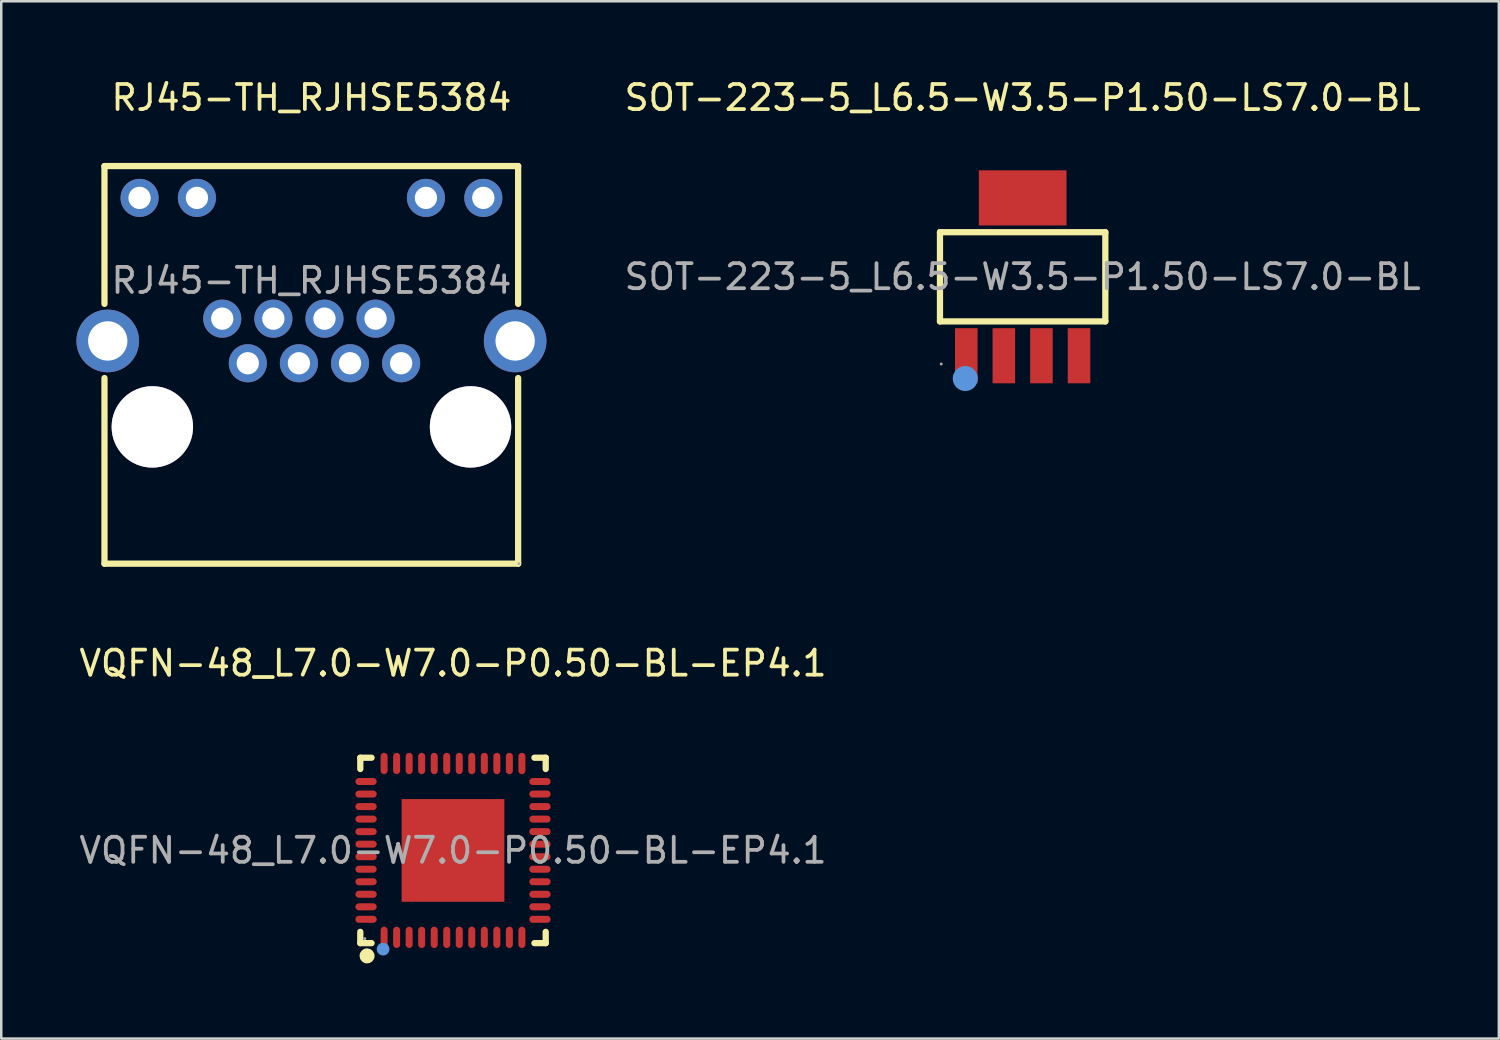
<source format=kicad_pcb>
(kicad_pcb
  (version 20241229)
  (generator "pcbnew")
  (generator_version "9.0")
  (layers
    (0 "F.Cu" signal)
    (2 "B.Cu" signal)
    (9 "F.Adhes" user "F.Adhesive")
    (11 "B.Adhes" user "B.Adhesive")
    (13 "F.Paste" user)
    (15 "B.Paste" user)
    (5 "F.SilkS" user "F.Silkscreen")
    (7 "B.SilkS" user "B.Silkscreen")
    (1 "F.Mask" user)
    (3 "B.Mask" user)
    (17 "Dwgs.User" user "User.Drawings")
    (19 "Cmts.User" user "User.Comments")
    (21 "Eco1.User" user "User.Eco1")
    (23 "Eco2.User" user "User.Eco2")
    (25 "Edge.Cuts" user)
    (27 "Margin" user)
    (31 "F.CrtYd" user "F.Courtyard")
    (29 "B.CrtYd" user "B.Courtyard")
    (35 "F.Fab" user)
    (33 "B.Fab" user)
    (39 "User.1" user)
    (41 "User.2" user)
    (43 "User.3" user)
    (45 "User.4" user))
  (footprint "SOT-223-5_L6.5-W3.5-P1.50-LS7.0-BL"
    (layer "F.Cu")
    (at 37.766 7.998)
    (property "Reference" "SOT-223-5_L6.5-W3.5-P1.50-LS7.0-BL" (at 0 -7.15 0) (layer "F.SilkS") (effects (font (size 1 1) (thickness 0.15))))
    (attr smd)
    (fp_line (start -3.3 -1.78) (end 3.3 -1.78) (stroke (width 0.25) (type solid)) (layer "F.SilkS"))
    (fp_line (start -3.3 1.78) (end -3.3 -1.78) (stroke (width 0.25) (type solid)) (layer "F.SilkS"))
    (fp_line (start 3.3 -1.78) (end 3.3 1.78) (stroke (width 0.25) (type solid)) (layer "F.SilkS"))
    (fp_line (start 3.3 1.78) (end -3.3 1.78) (stroke (width 0.25) (type solid)) (layer "F.SilkS"))
    (fp_circle (center -2.29 4.06) (end -2.04 4.06) (stroke (width 0.5) (type solid)) (fill no) (layer "Cmts.User"))
    (fp_circle (center -3.25 3.48) (end -3.22 3.48) (stroke (width 0.06) (type solid)) (fill no) (layer "F.Fab"))
    (fp_text user "${REFERENCE}" (at 0 0 0) (layer "F.Fab") (effects (font (size 1 1) (thickness 0.15))))
    (pad "1" smd rect (at -2.25 3.15 180) (size 0.9 2.2) (layers "F.Cu" "F.Mask" "F.Paste"))
    (pad "2" smd rect (at -0.75 3.15 180) (size 0.9 2.2) (layers "F.Cu" "F.Mask" "F.Paste"))
    (pad "3" smd rect (at 0.75 3.15 180) (size 0.9 2.2) (layers "F.Cu" "F.Mask" "F.Paste"))
    (pad "4" smd rect (at 2.25 3.15 180) (size 0.9 2.2) (layers "F.Cu" "F.Mask" "F.Paste"))
    (pad "5" smd rect (at 0 -3.15 180) (size 3.5 2.2) (layers "F.Cu" "F.Mask" "F.Paste")))
  (footprint "RJ45-TH_RJHSE5384"
    (layer "F.Cu")
    (at 9.38 8.148)
    (property "Reference" "RJ45-TH_RJHSE5384" (at 0 -7.3 0) (layer "F.SilkS") (effects (font (size 1 1) (thickness 0.15))))
    (attr through_hole)
    (fp_line (start -8.26 0.93) (end -8.26 -4.57) (stroke (width 0.25) (type solid)) (layer "F.SilkS"))
    (fp_line (start -8.26 11.3) (end -8.26 3.89) (stroke (width 0.25) (type solid)) (layer "F.SilkS"))
    (fp_line (start 8.25 -4.57) (end -8.26 -4.57) (stroke (width 0.25) (type solid)) (layer "F.SilkS"))
    (fp_line (start 8.25 0.93) (end 8.25 -4.57) (stroke (width 0.25) (type solid)) (layer "F.SilkS"))
    (fp_line (start 8.25 11.3) (end -8.26 11.3) (stroke (width 0.25) (type solid)) (layer "F.SilkS"))
    (fp_line (start 8.25 11.3) (end 8.25 3.89) (stroke (width 0.25) (type solid)) (layer "F.SilkS"))
    (fp_circle (center -6.35 5.84) (end -5.6 5.84) (stroke (width 1.5) (type solid)) (fill no) (layer "Cmts.User"))
    (fp_circle (center 6.35 5.84) (end 7.1 5.84) (stroke (width 1.5) (type solid)) (fill no) (layer "Cmts.User"))
    (fp_circle (center 8.28 11.3) (end 8.31 11.3) (stroke (width 0.06) (type solid)) (fill no) (layer "F.Fab"))
    (fp_text user "${REFERENCE}" (at 0 0 0) (layer "F.Fab") (effects (font (size 1 1) (thickness 0.15))))
    (pad "" thru_hole circle (at -6.35 5.84) (size 3.25 3.25) (drill 3.25) (layers "*.Cu" "*.Mask"))
    (pad "" thru_hole circle (at 6.35 5.84) (size 3.25 3.25) (drill 3.25) (layers "*.Cu" "*.Mask"))
    (pad "1" thru_hole circle (at 3.58 3.3) (size 1.52 1.52) (drill 0.89) (layers "*.Cu" "*.Mask"))
    (pad "2" thru_hole circle (at 2.56 1.52) (size 1.52 1.52) (drill 0.89) (layers "*.Cu" "*.Mask"))
    (pad "3" thru_hole circle (at 1.54 3.3) (size 1.52 1.52) (drill 0.89) (layers "*.Cu" "*.Mask"))
    (pad "4" thru_hole circle (at 0.52 1.52) (size 1.52 1.52) (drill 0.89) (layers "*.Cu" "*.Mask"))
    (pad "5" thru_hole circle (at -0.5 3.3) (size 1.52 1.52) (drill 0.89) (layers "*.Cu" "*.Mask"))
    (pad "6" thru_hole circle (at -1.52 1.52) (size 1.52 1.52) (drill 0.89) (layers "*.Cu" "*.Mask"))
    (pad "7" thru_hole circle (at -2.54 3.3) (size 1.52 1.52) (drill 0.89) (layers "*.Cu" "*.Mask"))
    (pad "8" thru_hole circle (at -3.56 1.52) (size 1.52 1.52) (drill 0.89) (layers "*.Cu" "*.Mask"))
    (pad "9" thru_hole circle (at 6.86 -3.3) (size 1.52 1.52) (drill 0.89) (layers "*.Cu" "*.Mask"))
    (pad "10" thru_hole circle (at 4.57 -3.3) (size 1.52 1.52) (drill 0.89) (layers "*.Cu" "*.Mask"))
    (pad "11" thru_hole circle (at -4.57 -3.3) (size 1.52 1.52) (drill 0.89) (layers "*.Cu" "*.Mask"))
    (pad "12" thru_hole circle (at -6.86 -3.3) (size 1.52 1.52) (drill 0.89) (layers "*.Cu" "*.Mask"))
    (pad "13" thru_hole circle (at -8.13 2.41) (size 2.5 2.5) (drill 1.57) (layers "*.Cu" "*.Mask"))
    (pad "14" thru_hole circle (at 8.13 2.41) (size 2.5 2.5) (drill 1.57) (layers "*.Cu" "*.Mask")))
  (footprint "VQFN-48_L7.0-W7.0-P0.50-BL-EP4.1"
    (layer "F.Cu")
    (at 15.03 30.892)
    (property "Reference" "VQFN-48_L7.0-W7.0-P0.50-BL-EP4.1" (at 0 -7.47 0) (layer "F.SilkS") (effects (font (size 1 1) (thickness 0.15))))
    (attr smd)
    (fp_line (start -3.7 -3.7) (end -3.25 -3.7) (stroke (width 0.25) (type solid)) (layer "F.SilkS"))
    (fp_line (start -3.7 -3.25) (end -3.7 -3.7) (stroke (width 0.25) (type solid)) (layer "F.SilkS"))
    (fp_line (start -3.7 3.7) (end -3.7 3.25) (stroke (width 0.25) (type solid)) (layer "F.SilkS"))
    (fp_line (start -3.25 3.7) (end -3.7 3.7) (stroke (width 0.25) (type solid)) (layer "F.SilkS"))
    (fp_line (start 3.25 3.7) (end 3.7 3.7) (stroke (width 0.25) (type solid)) (layer "F.SilkS"))
    (fp_line (start 3.7 -3.7) (end 3.25 -3.7) (stroke (width 0.25) (type solid)) (layer "F.SilkS"))
    (fp_line (start 3.7 -3.25) (end 3.7 -3.7) (stroke (width 0.25) (type solid)) (layer "F.SilkS"))
    (fp_line (start 3.7 3.7) (end 3.7 3.25) (stroke (width 0.25) (type solid)) (layer "F.SilkS"))
    (fp_arc (start -3.42 4.06) (mid -3.434995 4.36025) (end -3.430016 4.059667) (stroke (width 0.3) (type solid)) (layer "F.SilkS"))
    (fp_circle (center -2.79 3.94) (end -2.66 3.94) (stroke (width 0.25) (type solid)) (fill no) (layer "Cmts.User"))
    (fp_circle (center -3.52 3.52) (end -3.49 3.52) (stroke (width 0.06) (type solid)) (fill no) (layer "F.Fab"))
    (fp_text user "${REFERENCE}" (at 0 0 0) (layer "F.Fab") (effects (font (size 1 1) (thickness 0.15))))
    (pad "1" smd oval (at -2.75 3.47) (size 0.28 0.85) (layers "F.Cu" "F.Mask" "F.Paste"))
    (pad "2" smd oval (at -2.25 3.47) (size 0.28 0.85) (layers "F.Cu" "F.Mask" "F.Paste"))
    (pad "3" smd oval (at -1.75 3.47) (size 0.28 0.85) (layers "F.Cu" "F.Mask" "F.Paste"))
    (pad "4" smd oval (at -1.25 3.47) (size 0.28 0.85) (layers "F.Cu" "F.Mask" "F.Paste"))
    (pad "5" smd oval (at -0.75 3.47) (size 0.28 0.85) (layers "F.Cu" "F.Mask" "F.Paste"))
    (pad "6" smd oval (at -0.25 3.47) (size 0.28 0.85) (layers "F.Cu" "F.Mask" "F.Paste"))
    (pad "7" smd oval (at 0.25 3.47) (size 0.28 0.85) (layers "F.Cu" "F.Mask" "F.Paste"))
    (pad "8" smd oval (at 0.75 3.47) (size 0.28 0.85) (layers "F.Cu" "F.Mask" "F.Paste"))
    (pad "9" smd oval (at 1.25 3.47) (size 0.28 0.85) (layers "F.Cu" "F.Mask" "F.Paste"))
    (pad "10" smd oval (at 1.75 3.47) (size 0.28 0.85) (layers "F.Cu" "F.Mask" "F.Paste"))
    (pad "11" smd oval (at 2.25 3.47) (size 0.28 0.85) (layers "F.Cu" "F.Mask" "F.Paste"))
    (pad "12" smd oval (at 2.75 3.47) (size 0.28 0.85) (layers "F.Cu" "F.Mask" "F.Paste"))
    (pad "13" smd oval (at 3.47 2.75) (size 0.85 0.28) (layers "F.Cu" "F.Mask" "F.Paste"))
    (pad "14" smd oval (at 3.47 2.25) (size 0.85 0.28) (layers "F.Cu" "F.Mask" "F.Paste"))
    (pad "15" smd oval (at 3.47 1.75) (size 0.85 0.28) (layers "F.Cu" "F.Mask" "F.Paste"))
    (pad "16" smd oval (at 3.47 1.25) (size 0.85 0.28) (layers "F.Cu" "F.Mask" "F.Paste"))
    (pad "17" smd oval (at 3.47 0.75) (size 0.85 0.28) (layers "F.Cu" "F.Mask" "F.Paste"))
    (pad "18" smd oval (at 3.47 0.25) (size 0.85 0.28) (layers "F.Cu" "F.Mask" "F.Paste"))
    (pad "19" smd oval (at 3.47 -0.25) (size 0.85 0.28) (layers "F.Cu" "F.Mask" "F.Paste"))
    (pad "20" smd oval (at 3.47 -0.75) (size 0.85 0.28) (layers "F.Cu" "F.Mask" "F.Paste"))
    (pad "21" smd oval (at 3.47 -1.25) (size 0.85 0.28) (layers "F.Cu" "F.Mask" "F.Paste"))
    (pad "22" smd oval (at 3.47 -1.75) (size 0.85 0.28) (layers "F.Cu" "F.Mask" "F.Paste"))
    (pad "23" smd oval (at 3.47 -2.25) (size 0.85 0.28) (layers "F.Cu" "F.Mask" "F.Paste"))
    (pad "24" smd oval (at 3.47 -2.75) (size 0.85 0.28) (layers "F.Cu" "F.Mask" "F.Paste"))
    (pad "25" smd oval (at 2.75 -3.47) (size 0.28 0.85) (layers "F.Cu" "F.Mask" "F.Paste"))
    (pad "26" smd oval (at 2.25 -3.47) (size 0.28 0.85) (layers "F.Cu" "F.Mask" "F.Paste"))
    (pad "27" smd oval (at 1.75 -3.47) (size 0.28 0.85) (layers "F.Cu" "F.Mask" "F.Paste"))
    (pad "28" smd oval (at 1.25 -3.47) (size 0.28 0.85) (layers "F.Cu" "F.Mask" "F.Paste"))
    (pad "29" smd oval (at 0.75 -3.47) (size 0.28 0.85) (layers "F.Cu" "F.Mask" "F.Paste"))
    (pad "30" smd oval (at 0.25 -3.47) (size 0.28 0.85) (layers "F.Cu" "F.Mask" "F.Paste"))
    (pad "31" smd oval (at -0.25 -3.47) (size 0.28 0.85) (layers "F.Cu" "F.Mask" "F.Paste"))
    (pad "32" smd oval (at -0.75 -3.47) (size 0.28 0.85) (layers "F.Cu" "F.Mask" "F.Paste"))
    (pad "33" smd oval (at -1.25 -3.47) (size 0.28 0.85) (layers "F.Cu" "F.Mask" "F.Paste"))
    (pad "34" smd oval (at -1.75 -3.47) (size 0.28 0.85) (layers "F.Cu" "F.Mask" "F.Paste"))
    (pad "35" smd oval (at -2.25 -3.47) (size 0.28 0.85) (layers "F.Cu" "F.Mask" "F.Paste"))
    (pad "36" smd oval (at -2.75 -3.47) (size 0.28 0.85) (layers "F.Cu" "F.Mask" "F.Paste"))
    (pad "37" smd oval (at -3.47 -2.75) (size 0.85 0.28) (layers "F.Cu" "F.Mask" "F.Paste"))
    (pad "38" smd oval (at -3.47 -2.25) (size 0.85 0.28) (layers "F.Cu" "F.Mask" "F.Paste"))
    (pad "39" smd oval (at -3.47 -1.75) (size 0.85 0.28) (layers "F.Cu" "F.Mask" "F.Paste"))
    (pad "40" smd oval (at -3.47 -1.25) (size 0.85 0.28) (layers "F.Cu" "F.Mask" "F.Paste"))
    (pad "41" smd oval (at -3.47 -0.75) (size 0.85 0.28) (layers "F.Cu" "F.Mask" "F.Paste"))
    (pad "42" smd oval (at -3.47 -0.25) (size 0.85 0.28) (layers "F.Cu" "F.Mask" "F.Paste"))
    (pad "43" smd oval (at -3.47 0.25) (size 0.85 0.28) (layers "F.Cu" "F.Mask" "F.Paste"))
    (pad "44" smd oval (at -3.47 0.75) (size 0.85 0.28) (layers "F.Cu" "F.Mask" "F.Paste"))
    (pad "45" smd oval (at -3.47 1.25) (size 0.85 0.28) (layers "F.Cu" "F.Mask" "F.Paste"))
    (pad "46" smd oval (at -3.47 1.75) (size 0.85 0.28) (layers "F.Cu" "F.Mask" "F.Paste"))
    (pad "47" smd oval (at -3.47 2.25) (size 0.85 0.28) (layers "F.Cu" "F.Mask" "F.Paste"))
    (pad "48" smd oval (at -3.47 2.75) (size 0.85 0.28) (layers "F.Cu" "F.Mask" "F.Paste"))
    (pad "49" smd rect (at 0 0) (size 4.1 4.1) (layers "F.Cu" "F.Mask" "F.Paste")))
  (gr_rect
    (start -3 -3)
    (end 56.772 38.402)
    (stroke (width 0.1) (type default))
    (fill no)
    (layer "Edge.Cuts")))
</source>
